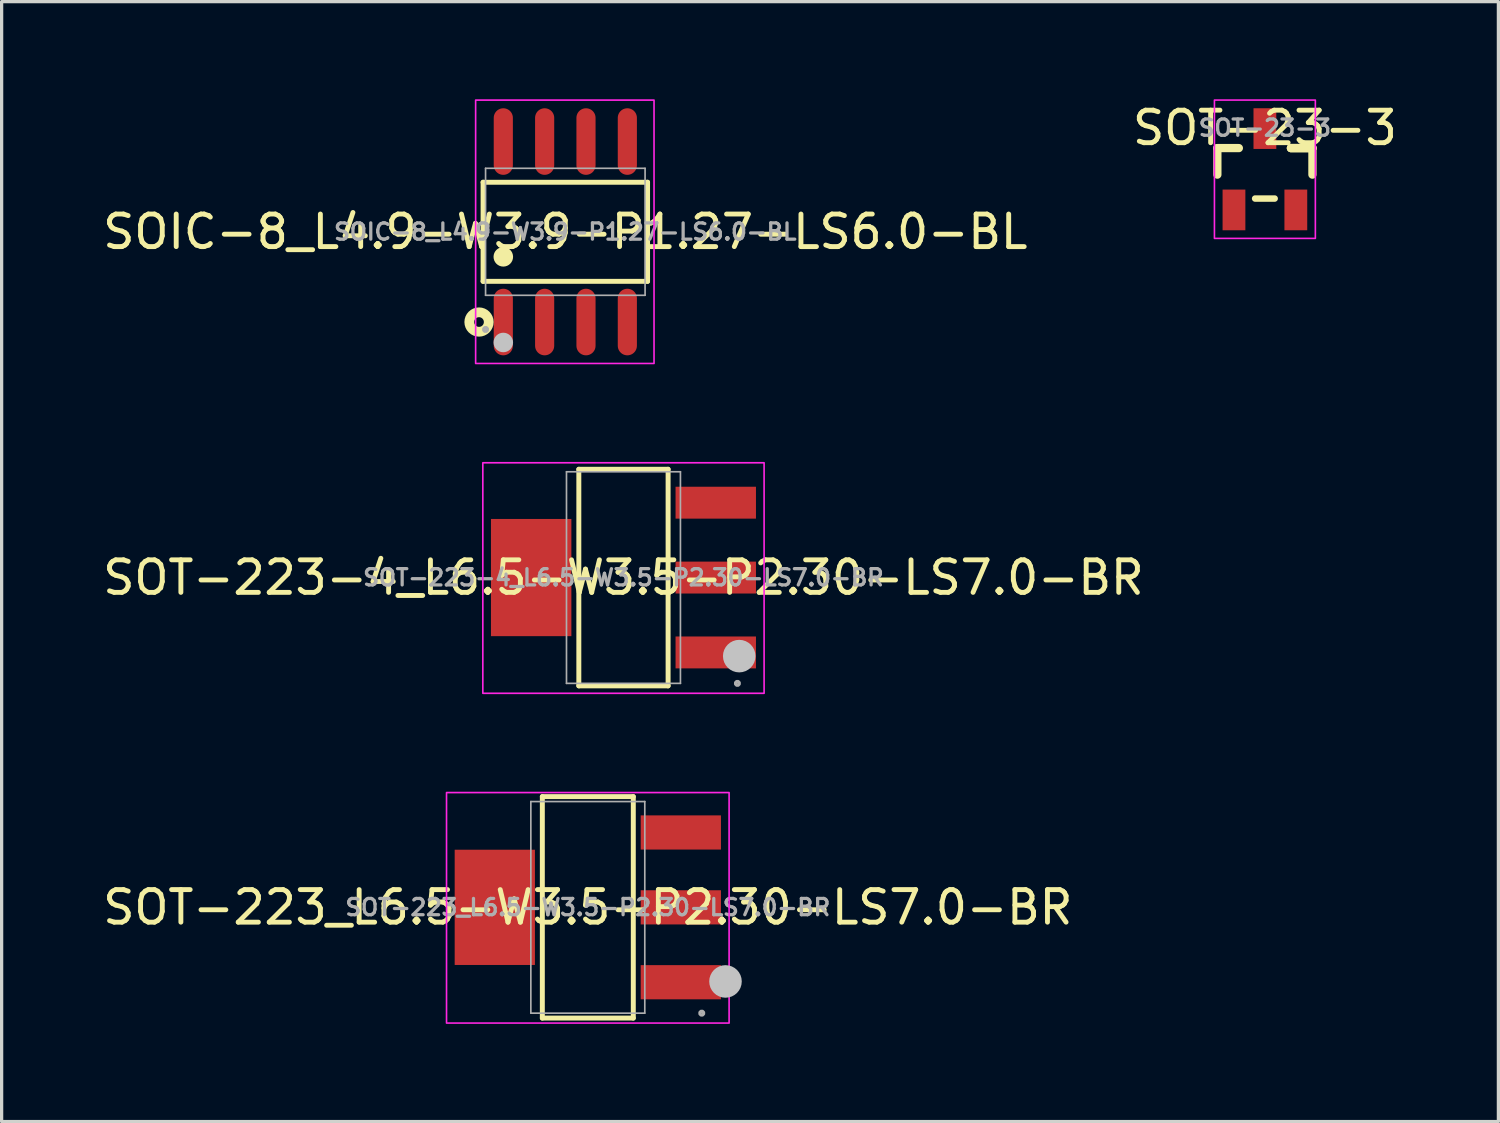
<source format=kicad_pcb>
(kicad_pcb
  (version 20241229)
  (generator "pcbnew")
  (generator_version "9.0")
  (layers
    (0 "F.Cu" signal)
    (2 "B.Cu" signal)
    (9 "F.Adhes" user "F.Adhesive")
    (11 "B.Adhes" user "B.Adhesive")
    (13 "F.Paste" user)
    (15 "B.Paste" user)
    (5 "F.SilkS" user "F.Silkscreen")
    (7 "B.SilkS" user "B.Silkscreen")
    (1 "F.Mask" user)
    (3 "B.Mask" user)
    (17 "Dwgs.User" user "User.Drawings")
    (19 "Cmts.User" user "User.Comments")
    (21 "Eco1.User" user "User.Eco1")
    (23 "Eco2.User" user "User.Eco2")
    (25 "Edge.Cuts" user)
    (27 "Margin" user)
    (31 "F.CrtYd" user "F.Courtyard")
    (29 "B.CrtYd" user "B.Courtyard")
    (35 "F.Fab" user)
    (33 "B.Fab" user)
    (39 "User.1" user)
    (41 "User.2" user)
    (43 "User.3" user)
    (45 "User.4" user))
  (footprint "SOIC-8_L4.9-W3.9-P1.27-LS6.0-BL"
    (layer "F.Cu")
    (at 14.315 4.07)
    (property "Reference" "SOIC-8_L4.9-W3.9-P1.27-LS6.0-BL" (at 0 0 0) (layer "F.SilkS") (effects (font (size 1 1) (thickness 0.15))))
    (fp_line (start -2.526 -1.522) (end 2.526 -1.522) (stroke (width 0.152) (type default)) (layer "F.SilkS"))
    (fp_line (start -2.526 1.522) (end -2.526 -1.522) (stroke (width 0.152) (type default)) (layer "F.SilkS"))
    (fp_line (start 2.526 -1.522) (end 2.526 1.522) (stroke (width 0.152) (type default)) (layer "F.SilkS"))
    (fp_line (start 2.526 1.522) (end -2.526 1.522) (stroke (width 0.152) (type default)) (layer "F.SilkS"))
    (fp_circle (center -2.651 2.772) (end -2.502 2.772) (stroke (width 0.3) (type default)) (fill no) (layer "F.SilkS"))
    (fp_circle (center -1.905 0.769) (end -1.755 0.769) (stroke (width 0.3) (type default)) (fill no) (layer "F.SilkS"))
    (fp_circle (center -1.905 3.4) (end -1.755 3.4) (stroke (width 0.3) (type default)) (fill no) (layer "Dwgs.User"))
    (fp_rect (start -2.755 -4.045) (end 2.725 4.045) (stroke (width 0.05) (type default)) (fill no) (layer "F.CrtYd"))
    (fp_line (start -2.45 -1.95) (end 2.45 -1.95) (stroke (width 0.051) (type default)) (layer "F.Fab"))
    (fp_line (start -2.45 1.95) (end -2.45 -1.95) (stroke (width 0.051) (type default)) (layer "F.Fab"))
    (fp_line (start 2.45 -1.95) (end 2.45 1.95) (stroke (width 0.051) (type default)) (layer "F.Fab"))
    (fp_line (start 2.45 1.95) (end -2.45 1.95) (stroke (width 0.051) (type default)) (layer "F.Fab"))
    (fp_poly (pts (xy -2.395 2.977) (xy -2.427 2.945) (xy -2.473 2.945) (xy -2.505 2.977) (xy -2.505 3.023) (xy -2.473 3.055) (xy -2.427 3.055) (xy -2.395 3.023)) (stroke (width 0.1) (type default)) (fill no) (layer "F.Fab"))
    (fp_poly (pts (xy -2.115 -3) (xy -2.115 -2.165) (xy -1.695 -2.165) (xy -1.695 -3)) (stroke (width 0.1) (type default)) (fill no) (layer "User.1"))
    (fp_poly (pts (xy -2.115 -2.175) (xy -2.115 -1.94) (xy -1.695 -1.94) (xy -1.695 -2.175)) (stroke (width 0.1) (type default)) (fill no) (layer "User.1"))
    (fp_poly (pts (xy -2.115 2.175) (xy -2.115 1.94) (xy -1.695 1.94) (xy -1.695 2.175)) (stroke (width 0.1) (type default)) (fill no) (layer "User.1"))
    (fp_poly (pts (xy -2.115 3) (xy -2.115 2.165) (xy -1.695 2.165) (xy -1.695 3)) (stroke (width 0.1) (type default)) (fill no) (layer "User.1"))
    (fp_poly (pts (xy -0.845 -3) (xy -0.845 -2.165) (xy -0.425 -2.165) (xy -0.425 -3)) (stroke (width 0.1) (type default)) (fill no) (layer "User.1"))
    (fp_poly (pts (xy -0.845 -2.175) (xy -0.845 -1.94) (xy -0.425 -1.94) (xy -0.425 -2.175)) (stroke (width 0.1) (type default)) (fill no) (layer "User.1"))
    (fp_poly (pts (xy -0.845 2.175) (xy -0.845 1.94) (xy -0.425 1.94) (xy -0.425 2.175)) (stroke (width 0.1) (type default)) (fill no) (layer "User.1"))
    (fp_poly (pts (xy -0.845 3) (xy -0.845 2.165) (xy -0.425 2.165) (xy -0.425 3)) (stroke (width 0.1) (type default)) (fill no) (layer "User.1"))
    (fp_poly (pts (xy 0.425 -3) (xy 0.425 -2.165) (xy 0.845 -2.165) (xy 0.845 -3)) (stroke (width 0.1) (type default)) (fill no) (layer "User.1"))
    (fp_poly (pts (xy 0.425 -2.175) (xy 0.425 -1.94) (xy 0.845 -1.94) (xy 0.845 -2.175)) (stroke (width 0.1) (type default)) (fill no) (layer "User.1"))
    (fp_poly (pts (xy 0.425 2.175) (xy 0.425 1.94) (xy 0.845 1.94) (xy 0.845 2.175)) (stroke (width 0.1) (type default)) (fill no) (layer "User.1"))
    (fp_poly (pts (xy 0.425 3) (xy 0.425 2.165) (xy 0.845 2.165) (xy 0.845 3)) (stroke (width 0.1) (type default)) (fill no) (layer "User.1"))
    (fp_poly (pts (xy 1.695 -3) (xy 1.695 -2.165) (xy 2.115 -2.165) (xy 2.115 -3)) (stroke (width 0.1) (type default)) (fill no) (layer "User.1"))
    (fp_poly (pts (xy 1.695 -2.175) (xy 1.695 -1.94) (xy 2.115 -1.94) (xy 2.115 -2.175)) (stroke (width 0.1) (type default)) (fill no) (layer "User.1"))
    (fp_poly (pts (xy 1.695 2.175) (xy 1.695 1.94) (xy 2.115 1.94) (xy 2.115 2.175)) (stroke (width 0.1) (type default)) (fill no) (layer "User.1"))
    (fp_poly (pts (xy 1.695 3) (xy 1.695 2.165) (xy 2.115 2.165) (xy 2.115 3)) (stroke (width 0.1) (type default)) (fill no) (layer "User.1"))
    (fp_text user "${REFERENCE}" (at 0 0 0) (layer "F.Fab") (effects (font (size 0.5 0.5) (thickness 0.1))))
    (pad "1" smd oval (at -1.905 2.772) (size 0.588 2.045) (layers "F.Cu" "F.Mask" "F.Paste"))
    (pad "2" smd oval (at -0.635 2.772) (size 0.588 2.045) (layers "F.Cu" "F.Mask" "F.Paste"))
    (pad "3" smd oval (at 0.635 2.772) (size 0.588 2.045) (layers "F.Cu" "F.Mask" "F.Paste"))
    (pad "4" smd oval (at 1.905 2.772) (size 0.588 2.045) (layers "F.Cu" "F.Mask" "F.Paste"))
    (pad "5" smd oval (at 1.905 -2.772) (size 0.588 2.045) (layers "F.Cu" "F.Mask" "F.Paste"))
    (pad "6" smd oval (at 0.635 -2.772) (size 0.588 2.045) (layers "F.Cu" "F.Mask" "F.Paste"))
    (pad "7" smd oval (at -0.635 -2.772) (size 0.588 2.045) (layers "F.Cu" "F.Mask" "F.Paste"))
    (pad "8" smd oval (at -1.905 -2.772) (size 0.588 2.045) (layers "F.Cu" "F.Mask" "F.Paste")))
  (footprint "SOT-23-3"
    (layer "F.Cu")
    (at 35.804 0.879)
    (property "Reference" "SOT-23-3" (at 0 0 0) (layer "F.SilkS") (effects (font (size 1 1) (thickness 0.15))))
    (fp_line (start -1.46 0.62) (end -0.8 0.62) (stroke (width 0.254) (type default)) (layer "F.SilkS"))
    (fp_line (start -1.46 1.435) (end -1.46 0.62) (stroke (width 0.254) (type default)) (layer "F.SilkS"))
    (fp_line (start -0.3 2.17) (end 0.3 2.17) (stroke (width 0.2) (type default)) (layer "F.SilkS"))
    (fp_line (start 0.8 0.62) (end 1.46 0.62) (stroke (width 0.254) (type default)) (layer "F.SilkS"))
    (fp_line (start 0.8 0.62) (end 1.46 0.62) (stroke (width 0.254) (type default)) (layer "F.SilkS"))
    (fp_line (start 1.46 0.62) (end 0.8 0.62) (stroke (width 0.254) (type default)) (layer "F.SilkS"))
    (fp_line (start 1.46 0.62) (end 1.46 1.435) (stroke (width 0.254) (type default)) (layer "F.SilkS"))
    (fp_rect (start -1.55 -0.855) (end 1.55 3.394) (stroke (width 0.05) (type default)) (fill no) (layer "F.CrtYd"))
    (fp_text user "${REFERENCE}" (at 0 0 0) (layer "F.Fab") (effects (font (size 0.5 0.5) (thickness 0.1))))
    (pad "1" smd rect (at -0.95 2.519 180) (size 0.7 1.25) (layers "F.Cu" "F.Mask" "F.Paste"))
    (pad "2" smd rect (at 0.95 2.519 180) (size 0.7 1.25) (layers "F.Cu" "F.Mask" "F.Paste"))
    (pad "3" smd rect (at 0 0.021 180) (size 0.7 1.25) (layers "F.Cu" "F.Mask" "F.Paste")))
  (footprint "SOT-223_L6.5-W3.5-P2.30-LS7.0-BR"
    (layer "F.Cu")
    (at 15.006 24.821)
    (property "Reference" "SOT-223_L6.5-W3.5-P2.30-LS7.0-BR" (at 0 0 0) (layer "F.SilkS") (effects (font (size 1 1) (thickness 0.15))))
    (fp_line (start -1.397 -3.401) (end 1.397 -3.401) (stroke (width 0.152) (type default)) (layer "F.SilkS"))
    (fp_line (start -1.397 3.401) (end -1.397 -3.401) (stroke (width 0.152) (type default)) (layer "F.SilkS"))
    (fp_line (start 1.397 -3.401) (end 1.397 3.401) (stroke (width 0.152) (type default)) (layer "F.SilkS"))
    (fp_line (start 1.397 3.401) (end -1.397 3.401) (stroke (width 0.152) (type default)) (layer "F.SilkS"))
    (fp_circle (center 4.229 2.276) (end 4.479 2.276) (stroke (width 0.5) (type default)) (fill no) (layer "Dwgs.User"))
    (fp_rect (start -4.34 -3.526) (end 4.34 3.555) (stroke (width 0.05) (type default)) (fill no) (layer "F.CrtYd"))
    (fp_line (start -1.75 -3.25) (end 1.75 -3.25) (stroke (width 0.051) (type default)) (layer "F.Fab"))
    (fp_line (start -1.75 3.25) (end -1.75 -3.25) (stroke (width 0.051) (type default)) (layer "F.Fab"))
    (fp_line (start 1.75 -3.25) (end 1.75 3.25) (stroke (width 0.051) (type default)) (layer "F.Fab"))
    (fp_line (start 1.75 3.25) (end -1.75 3.25) (stroke (width 0.051) (type default)) (layer "F.Fab"))
    (fp_poly (pts (xy 3.555 3.227) (xy 3.523 3.195) (xy 3.477 3.195) (xy 3.445 3.227) (xy 3.445 3.273) (xy 3.477 3.305) (xy 3.523 3.305) (xy 3.555 3.273)) (stroke (width 0.1) (type default)) (fill no) (layer "F.Fab"))
    (fp_poly (pts (xy -3.5 1.5) (xy -3.5 -1.5) (xy -2.2 -1.5) (xy -2.2 1.5)) (stroke (width 0.1) (type default)) (fill no) (layer "User.1"))
    (fp_poly (pts (xy -2.21 1.5) (xy -2.21 -1.5) (xy -1.74 -1.5) (xy -1.74 1.5)) (stroke (width 0.1) (type default)) (fill no) (layer "User.1"))
    (fp_poly (pts (xy 1.74 -1.95) (xy 1.74 -2.65) (xy 2.86 -2.65) (xy 2.86 -1.95)) (stroke (width 0.1) (type default)) (fill no) (layer "User.1"))
    (fp_poly (pts (xy 1.74 0.35) (xy 1.74 -0.35) (xy 2.86 -0.35) (xy 2.86 0.35)) (stroke (width 0.1) (type default)) (fill no) (layer "User.1"))
    (fp_poly (pts (xy 1.74 2.65) (xy 1.74 1.95) (xy 2.86 1.95) (xy 2.86 2.65)) (stroke (width 0.1) (type default)) (fill no) (layer "User.1"))
    (fp_poly (pts (xy 2.85 -1.95) (xy 2.85 -2.65) (xy 3.5 -2.65) (xy 3.5 -1.95)) (stroke (width 0.1) (type default)) (fill no) (layer "User.1"))
    (fp_poly (pts (xy 2.85 0.35) (xy 2.85 -0.35) (xy 3.5 -0.35) (xy 3.5 0.35)) (stroke (width 0.1) (type default)) (fill no) (layer "User.1"))
    (fp_poly (pts (xy 2.85 2.65) (xy 2.85 1.95) (xy 3.5 1.95) (xy 3.5 2.65)) (stroke (width 0.1) (type default)) (fill no) (layer "User.1"))
    (fp_text user "${REFERENCE}" (at 0 0 0) (layer "F.Fab") (effects (font (size 0.5 0.5) (thickness 0.1))))
    (pad "1" smd rect (at 2.857 2.3) (size 2.465 1.05) (layers "F.Cu" "F.Mask" "F.Paste"))
    (pad "2" smd rect (at 2.857 0) (size 2.465 1.05) (layers "F.Cu" "F.Mask" "F.Paste"))
    (pad "3" smd rect (at 2.857 -2.3) (size 2.465 1.05) (layers "F.Cu" "F.Mask" "F.Paste"))
    (pad "4" smd rect (at -2.857 0) (size 2.465 3.54) (layers "F.Cu" "F.Mask" "F.Paste")))
  (footprint "SOT-223-4_L6.5-W3.5-P2.30-LS7.0-BR"
    (layer "F.Cu")
    (at 16.101 14.691)
    (property "Reference" "SOT-223-4_L6.5-W3.5-P2.30-LS7.0-BR" (at 0 0 0) (layer "F.SilkS") (effects (font (size 1 1) (thickness 0.15))))
    (fp_line (start -1.371 -3.326) (end 1.371 -3.326) (stroke (width 0.152) (type default)) (layer "F.SilkS"))
    (fp_line (start -1.371 3.326) (end -1.371 -3.326) (stroke (width 0.152) (type default)) (layer "F.SilkS"))
    (fp_line (start 1.371 -3.326) (end 1.371 3.326) (stroke (width 0.152) (type default)) (layer "F.SilkS"))
    (fp_line (start 1.371 3.326) (end -1.371 3.326) (stroke (width 0.152) (type default)) (layer "F.SilkS"))
    (fp_circle (center 3.556 2.413) (end 3.806 2.413) (stroke (width 0.5) (type default)) (fill no) (layer "Dwgs.User"))
    (fp_rect (start -4.32 -3.526) (end 4.32 3.555) (stroke (width 0.05) (type default)) (fill no) (layer "F.CrtYd"))
    (fp_line (start -1.75 -3.25) (end 1.75 -3.25) (stroke (width 0.051) (type default)) (layer "F.Fab"))
    (fp_line (start -1.75 3.25) (end -1.75 -3.25) (stroke (width 0.051) (type default)) (layer "F.Fab"))
    (fp_line (start 1.75 -3.25) (end 1.75 3.25) (stroke (width 0.051) (type default)) (layer "F.Fab"))
    (fp_line (start 1.75 3.25) (end -1.75 3.25) (stroke (width 0.051) (type default)) (layer "F.Fab"))
    (fp_poly (pts (xy 3.555 3.227) (xy 3.523 3.195) (xy 3.477 3.195) (xy 3.445 3.227) (xy 3.445 3.273) (xy 3.477 3.305) (xy 3.523 3.305) (xy 3.555 3.273)) (stroke (width 0.1) (type default)) (fill no) (layer "F.Fab"))
    (fp_poly (pts (xy -2.56 1.5) (xy -2.56 -1.5) (xy -1.74 -1.5) (xy -1.74 1.5)) (stroke (width 0.1) (type default)) (fill no) (layer "User.1"))
    (fp_poly (pts (xy -2.55 1.5) (xy -2.55 -1.5) (xy -3.5 -1.5) (xy -3.5 1.5)) (stroke (width 0.1) (type default)) (fill no) (layer "User.1"))
    (fp_poly (pts (xy 1.74 -1.95) (xy 1.74 -2.65) (xy 2.56 -2.65) (xy 2.56 -1.95)) (stroke (width 0.1) (type default)) (fill no) (layer "User.1"))
    (fp_poly (pts (xy 1.74 0.35) (xy 1.74 -0.35) (xy 2.56 -0.35) (xy 2.56 0.35)) (stroke (width 0.1) (type default)) (fill no) (layer "User.1"))
    (fp_poly (pts (xy 1.74 2.65) (xy 1.74 1.95) (xy 2.56 1.95) (xy 2.56 2.65)) (stroke (width 0.1) (type default)) (fill no) (layer "User.1"))
    (fp_poly (pts (xy 2.55 -1.95) (xy 2.55 -2.65) (xy 3.5 -2.65) (xy 3.5 -1.95)) (stroke (width 0.1) (type default)) (fill no) (layer "User.1"))
    (fp_poly (pts (xy 2.55 0.35) (xy 2.55 -0.35) (xy 3.5 -0.35) (xy 3.5 0.35)) (stroke (width 0.1) (type default)) (fill no) (layer "User.1"))
    (fp_poly (pts (xy 2.55 2.65) (xy 2.55 1.95) (xy 3.5 1.95) (xy 3.5 2.65)) (stroke (width 0.1) (type default)) (fill no) (layer "User.1"))
    (fp_text user "${REFERENCE}" (at 0 0 0) (layer "F.Fab") (effects (font (size 0.5 0.5) (thickness 0.1))))
    (pad "1" smd rect (at 2.835 2.3) (size 2.47 0.98) (layers "F.Cu" "F.Mask" "F.Paste"))
    (pad "2" smd rect (at 2.835 0) (size 2.47 0.98) (layers "F.Cu" "F.Mask" "F.Paste"))
    (pad "3" smd rect (at 2.835 -2.3) (size 2.47 0.98) (layers "F.Cu" "F.Mask" "F.Paste"))
    (pad "4" smd rect (at -2.835 0) (size 2.47 3.6) (layers "F.Cu" "F.Mask" "F.Paste")))
  (gr_rect
    (start -3 -3)
    (end 42.976 31.402)
    (stroke (width 0.1) (type default))
    (fill no)
    (layer "Edge.Cuts")))
</source>
